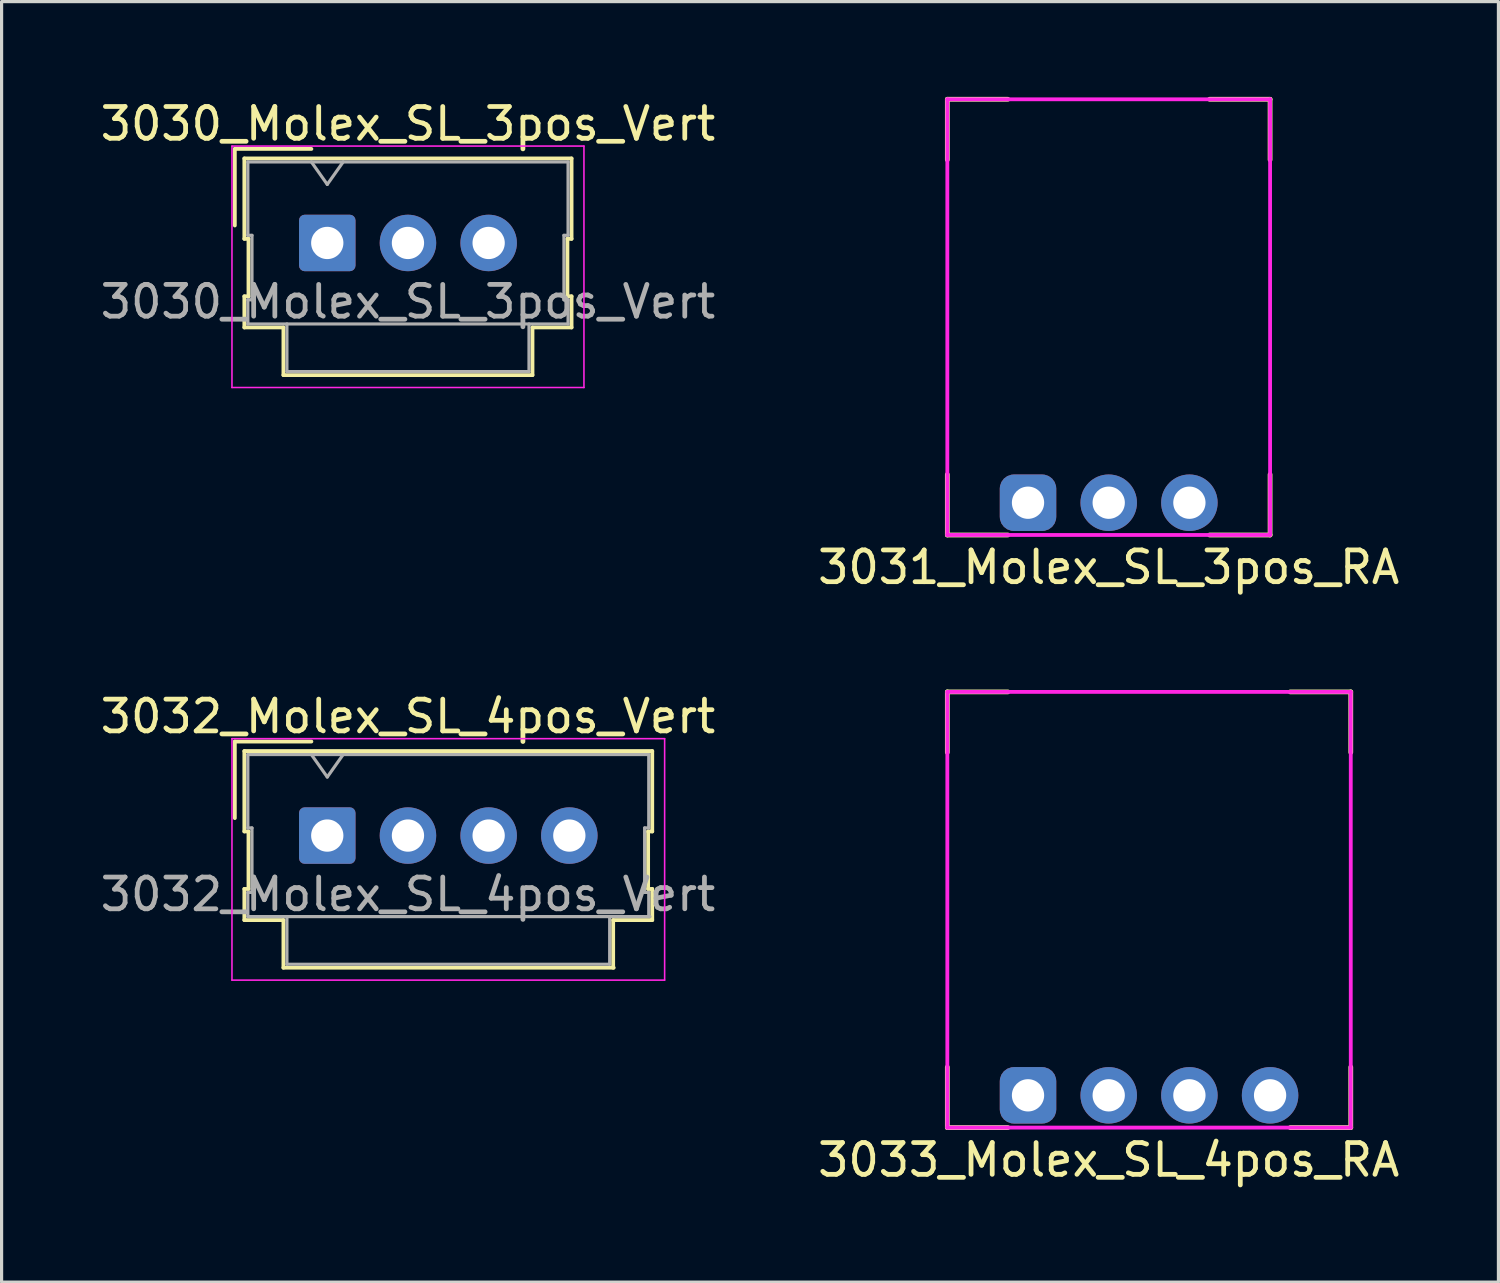
<source format=kicad_pcb>
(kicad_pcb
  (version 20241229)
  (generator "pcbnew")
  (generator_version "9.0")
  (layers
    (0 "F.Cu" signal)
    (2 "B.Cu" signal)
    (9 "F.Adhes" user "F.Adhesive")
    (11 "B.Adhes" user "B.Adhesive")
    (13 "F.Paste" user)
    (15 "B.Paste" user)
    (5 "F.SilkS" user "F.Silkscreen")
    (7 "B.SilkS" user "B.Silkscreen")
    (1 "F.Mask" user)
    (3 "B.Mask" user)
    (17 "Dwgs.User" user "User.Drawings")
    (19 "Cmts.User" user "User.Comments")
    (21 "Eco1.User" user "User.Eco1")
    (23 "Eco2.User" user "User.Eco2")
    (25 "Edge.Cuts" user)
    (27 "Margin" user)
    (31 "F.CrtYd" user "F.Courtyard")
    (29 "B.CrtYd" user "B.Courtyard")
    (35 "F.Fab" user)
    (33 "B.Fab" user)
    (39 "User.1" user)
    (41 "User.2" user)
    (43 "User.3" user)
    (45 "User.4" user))
  (footprint "3033_Molex_SL_4pos_RA"
    (layer "F.Cu")
    (at 31.851 31.43)
    (property "Reference" "3033_Molex_SL_4pos_RA" (at 0 2.032 0) (layer "F.SilkS") (effects (font (size 1 1) (thickness 0.15))))
    (attr through_hole)
    (fp_line (start -5.08 -12.7) (end -5.08 -10.795) (stroke (width 0.15) (type solid)) (layer "F.SilkS"))
    (fp_line (start -5.08 -12.7) (end -3.175 -12.7) (stroke (width 0.15) (type solid)) (layer "F.SilkS"))
    (fp_line (start -5.08 1.016) (end -5.08 -0.889) (stroke (width 0.15) (type solid)) (layer "F.SilkS"))
    (fp_line (start -5.08 1.016) (end -3.175 1.016) (stroke (width 0.15) (type solid)) (layer "F.SilkS"))
    (fp_line (start 7.62 -12.7) (end 5.715 -12.7) (stroke (width 0.15) (type solid)) (layer "F.SilkS"))
    (fp_line (start 7.62 -12.7) (end 7.62 -10.795) (stroke (width 0.15) (type solid)) (layer "F.SilkS"))
    (fp_line (start 7.62 1.016) (end 5.715 1.016) (stroke (width 0.15) (type solid)) (layer "F.SilkS"))
    (fp_line (start 7.62 1.016) (end 7.62 -0.889) (stroke (width 0.15) (type solid)) (layer "F.SilkS"))
    (fp_line (start -5.08 1.016) (end -5.08 -12.7) (stroke (width 0.12) (type solid)) (layer "F.CrtYd"))
    (fp_line (start 7.62 -12.7) (end -5.08 -12.7) (stroke (width 0.12) (type solid)) (layer "F.CrtYd"))
    (fp_line (start 7.62 1.016) (end -5.08 1.016) (stroke (width 0.12) (type solid)) (layer "F.CrtYd"))
    (fp_line (start 7.62 1.016) (end 7.62 -12.7) (stroke (width 0.12) (type solid)) (layer "F.CrtYd"))
    (pad "1" thru_hole roundrect (at -2.54 0) (size 1.778 1.778) (drill 1.016) (layers "*.Cu" "*.Mask") (roundrect_rratio 0.25))
    (pad "2" thru_hole circle (at 0 0) (size 1.778 1.778) (drill 1.016) (layers "*.Cu" "*.Mask"))
    (pad "3" thru_hole circle (at 2.54 0) (size 1.778 1.778) (drill 1.016) (layers "*.Cu" "*.Mask"))
    (pad "4" thru_hole circle (at 5.08 0) (size 1.778 1.778) (drill 1.016) (layers "*.Cu" "*.Mask")))
  (footprint "3030_Molex_SL_3pos_Vert"
    (layer "F.Cu")
    (at 7.252 4.598)
    (property "Reference" "3030_Molex_SL_3pos_Vert" (at 2.54 -3.75 0) (layer "F.SilkS") (effects (font (size 1 1) (thickness 0.15))))
    (attr through_hole)
    (fp_line (start -2.91 -2.96) (end -0.5 -2.96) (stroke (width 0.12) (type solid)) (layer "F.SilkS"))
    (fp_line (start -2.91 -0.55) (end -2.91 -2.96) (stroke (width 0.12) (type solid)) (layer "F.SilkS"))
    (fp_line (start -2.61 -2.66) (end -2.61 -0.13) (stroke (width 0.12) (type solid)) (layer "F.SilkS"))
    (fp_line (start -2.61 -0.13) (end -2.48 -0.13) (stroke (width 0.12) (type solid)) (layer "F.SilkS"))
    (fp_line (start -2.61 1.68) (end -2.61 2.66) (stroke (width 0.12) (type solid)) (layer "F.SilkS"))
    (fp_line (start -2.61 2.66) (end -1.38 2.66) (stroke (width 0.12) (type solid)) (layer "F.SilkS"))
    (fp_line (start -2.48 -0.13) (end -2.48 1.68) (stroke (width 0.12) (type solid)) (layer "F.SilkS"))
    (fp_line (start -2.48 1.68) (end -2.61 1.68) (stroke (width 0.12) (type solid)) (layer "F.SilkS"))
    (fp_line (start -1.38 2.66) (end -1.38 4.16) (stroke (width 0.12) (type solid)) (layer "F.SilkS"))
    (fp_line (start -1.38 4.16) (end 6.46 4.16) (stroke (width 0.12) (type solid)) (layer "F.SilkS"))
    (fp_line (start 6.46 2.66) (end 7.69 2.66) (stroke (width 0.12) (type solid)) (layer "F.SilkS"))
    (fp_line (start 6.46 4.16) (end 6.46 2.66) (stroke (width 0.12) (type solid)) (layer "F.SilkS"))
    (fp_line (start 7.56 -0.13) (end 7.69 -0.13) (stroke (width 0.12) (type solid)) (layer "F.SilkS"))
    (fp_line (start 7.56 1.68) (end 7.56 -0.13) (stroke (width 0.12) (type solid)) (layer "F.SilkS"))
    (fp_line (start 7.69 -2.66) (end -2.61 -2.66) (stroke (width 0.12) (type solid)) (layer "F.SilkS"))
    (fp_line (start 7.69 -0.13) (end 7.69 -2.66) (stroke (width 0.12) (type solid)) (layer "F.SilkS"))
    (fp_line (start 7.69 1.68) (end 7.56 1.68) (stroke (width 0.12) (type solid)) (layer "F.SilkS"))
    (fp_line (start 7.69 2.66) (end 7.69 1.68) (stroke (width 0.12) (type solid)) (layer "F.SilkS"))
    (fp_line (start -3 -3.05) (end -3 4.55) (stroke (width 0.05) (type solid)) (layer "F.CrtYd"))
    (fp_line (start -3 4.55) (end 8.08 4.55) (stroke (width 0.05) (type solid)) (layer "F.CrtYd"))
    (fp_line (start 8.08 -3.05) (end -3 -3.05) (stroke (width 0.05) (type solid)) (layer "F.CrtYd"))
    (fp_line (start 8.08 4.55) (end 8.08 -3.05) (stroke (width 0.05) (type solid)) (layer "F.CrtYd"))
    (fp_line (start -2.5 -2.55) (end -2.5 -0.24) (stroke (width 0.1) (type solid)) (layer "F.Fab"))
    (fp_line (start -2.5 -0.24) (end -2.37 -0.24) (stroke (width 0.1) (type solid)) (layer "F.Fab"))
    (fp_line (start -2.5 1.79) (end -2.5 2.55) (stroke (width 0.1) (type solid)) (layer "F.Fab"))
    (fp_line (start -2.5 2.55) (end 7.58 2.55) (stroke (width 0.1) (type solid)) (layer "F.Fab"))
    (fp_line (start -2.37 -0.24) (end -2.37 1.79) (stroke (width 0.1) (type solid)) (layer "F.Fab"))
    (fp_line (start -2.37 1.79) (end -2.5 1.79) (stroke (width 0.1) (type solid)) (layer "F.Fab"))
    (fp_line (start -1.27 2.55) (end -1.27 4.05) (stroke (width 0.1) (type solid)) (layer "F.Fab"))
    (fp_line (start -1.27 4.05) (end 6.35 4.05) (stroke (width 0.1) (type solid)) (layer "F.Fab"))
    (fp_line (start 0 -1.843) (end -0.5 -2.55) (stroke (width 0.1) (type solid)) (layer "F.Fab"))
    (fp_line (start 0.5 -2.55) (end 0 -1.843) (stroke (width 0.1) (type solid)) (layer "F.Fab"))
    (fp_line (start 6.35 4.05) (end 6.35 2.55) (stroke (width 0.1) (type solid)) (layer "F.Fab"))
    (fp_line (start 7.45 -0.24) (end 7.58 -0.24) (stroke (width 0.1) (type solid)) (layer "F.Fab"))
    (fp_line (start 7.45 1.79) (end 7.45 -0.24) (stroke (width 0.1) (type solid)) (layer "F.Fab"))
    (fp_line (start 7.58 -2.55) (end -2.5 -2.55) (stroke (width 0.1) (type solid)) (layer "F.Fab"))
    (fp_line (start 7.58 -0.24) (end 7.58 -2.55) (stroke (width 0.1) (type solid)) (layer "F.Fab"))
    (fp_line (start 7.58 1.79) (end 7.45 1.79) (stroke (width 0.1) (type solid)) (layer "F.Fab"))
    (fp_line (start 7.58 2.55) (end 7.58 1.79) (stroke (width 0.1) (type solid)) (layer "F.Fab"))
    (fp_text user "${REFERENCE}" (at 2.54 1.85 0) (layer "F.Fab") (effects (font (size 1 1) (thickness 0.15))))
    (pad "1" thru_hole roundrect (at 0 0) (size 1.778 1.778) (drill 1.016) (layers "*.Cu" "*.Mask") (roundrect_rratio 0.1))
    (pad "2" thru_hole circle (at 2.54 0) (size 1.778 1.778) (drill 1.016) (layers "*.Cu" "*.Mask"))
    (pad "3" thru_hole circle (at 5.08 0) (size 1.778 1.778) (drill 1.016) (layers "*.Cu" "*.Mask")))
  (footprint "3031_Molex_SL_3pos_RA"
    (layer "F.Cu")
    (at 31.851 12.775)
    (property "Reference" "3031_Molex_SL_3pos_RA" (at 0 2.032 0) (layer "F.SilkS") (effects (font (size 1 1) (thickness 0.15))))
    (attr through_hole)
    (fp_line (start -5.08 -12.7) (end -5.08 -10.795) (stroke (width 0.15) (type solid)) (layer "F.SilkS"))
    (fp_line (start -5.08 -12.7) (end -3.175 -12.7) (stroke (width 0.15) (type solid)) (layer "F.SilkS"))
    (fp_line (start -5.08 1.016) (end -5.08 -0.889) (stroke (width 0.15) (type solid)) (layer "F.SilkS"))
    (fp_line (start -5.08 1.016) (end -3.175 1.016) (stroke (width 0.15) (type solid)) (layer "F.SilkS"))
    (fp_line (start 5.08 -12.7) (end 3.175 -12.7) (stroke (width 0.15) (type solid)) (layer "F.SilkS"))
    (fp_line (start 5.08 -12.7) (end 5.08 -10.795) (stroke (width 0.15) (type solid)) (layer "F.SilkS"))
    (fp_line (start 5.08 1.016) (end 3.175 1.016) (stroke (width 0.15) (type solid)) (layer "F.SilkS"))
    (fp_line (start 5.08 1.016) (end 5.08 -0.889) (stroke (width 0.15) (type solid)) (layer "F.SilkS"))
    (fp_line (start -5.08 1.016) (end -5.08 -12.7) (stroke (width 0.12) (type solid)) (layer "F.CrtYd"))
    (fp_line (start 5.08 -12.7) (end -5.08 -12.7) (stroke (width 0.12) (type solid)) (layer "F.CrtYd"))
    (fp_line (start 5.08 1.016) (end -5.08 1.016) (stroke (width 0.12) (type solid)) (layer "F.CrtYd"))
    (fp_line (start 5.08 1.016) (end 5.08 -12.7) (stroke (width 0.12) (type solid)) (layer "F.CrtYd"))
    (pad "1" thru_hole roundrect (at -2.54 0) (size 1.778 1.778) (drill 1.016) (layers "*.Cu" "*.Mask") (roundrect_rratio 0.25))
    (pad "2" thru_hole circle (at 0 0) (size 1.778 1.778) (drill 1.016) (layers "*.Cu" "*.Mask"))
    (pad "3" thru_hole circle (at 2.54 0) (size 1.778 1.778) (drill 1.016) (layers "*.Cu" "*.Mask")))
  (footprint "3032_Molex_SL_4pos_Vert"
    (layer "F.Cu")
    (at 7.252 23.253)
    (property "Reference" "3032_Molex_SL_4pos_Vert" (at 2.54 -3.75 0) (layer "F.SilkS") (effects (font (size 1 1) (thickness 0.15))))
    (attr through_hole)
    (fp_line (start -2.91 -2.96) (end -0.5 -2.96) (stroke (width 0.12) (type solid)) (layer "F.SilkS"))
    (fp_line (start -2.91 -0.55) (end -2.91 -2.96) (stroke (width 0.12) (type solid)) (layer "F.SilkS"))
    (fp_line (start -2.61 -2.66) (end -2.61 -0.13) (stroke (width 0.12) (type solid)) (layer "F.SilkS"))
    (fp_line (start -2.61 -0.13) (end -2.48 -0.13) (stroke (width 0.12) (type solid)) (layer "F.SilkS"))
    (fp_line (start -2.61 1.68) (end -2.61 2.66) (stroke (width 0.12) (type solid)) (layer "F.SilkS"))
    (fp_line (start -2.61 2.66) (end -1.38 2.66) (stroke (width 0.12) (type solid)) (layer "F.SilkS"))
    (fp_line (start -2.48 -0.13) (end -2.48 1.68) (stroke (width 0.12) (type solid)) (layer "F.SilkS"))
    (fp_line (start -2.48 1.68) (end -2.61 1.68) (stroke (width 0.12) (type solid)) (layer "F.SilkS"))
    (fp_line (start -1.38 2.66) (end -1.38 4.16) (stroke (width 0.12) (type solid)) (layer "F.SilkS"))
    (fp_line (start -1.38 4.16) (end 9.017 4.16) (stroke (width 0.12) (type solid)) (layer "F.SilkS"))
    (fp_line (start 9 2.66) (end 10.23 2.66) (stroke (width 0.12) (type solid)) (layer "F.SilkS"))
    (fp_line (start 9 4.16) (end 9 2.66) (stroke (width 0.12) (type solid)) (layer "F.SilkS"))
    (fp_line (start 10.1 -0.13) (end 10.23 -0.13) (stroke (width 0.12) (type solid)) (layer "F.SilkS"))
    (fp_line (start 10.1 1.68) (end 10.1 -0.13) (stroke (width 0.12) (type solid)) (layer "F.SilkS"))
    (fp_line (start 10.23 -2.66) (end -2.61 -2.66) (stroke (width 0.12) (type solid)) (layer "F.SilkS"))
    (fp_line (start 10.23 -0.13) (end 10.23 -2.66) (stroke (width 0.12) (type solid)) (layer "F.SilkS"))
    (fp_line (start 10.23 1.68) (end 10.1 1.68) (stroke (width 0.12) (type solid)) (layer "F.SilkS"))
    (fp_line (start 10.23 2.66) (end 10.23 1.68) (stroke (width 0.12) (type solid)) (layer "F.SilkS"))
    (fp_line (start -3 -3.05) (end -3 4.55) (stroke (width 0.05) (type solid)) (layer "F.CrtYd"))
    (fp_line (start -3 4.55) (end 10.62 4.55) (stroke (width 0.05) (type solid)) (layer "F.CrtYd"))
    (fp_line (start 10.62 -3.05) (end -3 -3.05) (stroke (width 0.05) (type solid)) (layer "F.CrtYd"))
    (fp_line (start 10.62 4.55) (end 10.62 -3.05) (stroke (width 0.05) (type solid)) (layer "F.CrtYd"))
    (fp_line (start -2.5 -2.55) (end -2.5 -0.24) (stroke (width 0.1) (type solid)) (layer "F.Fab"))
    (fp_line (start -2.5 -0.24) (end -2.37 -0.24) (stroke (width 0.1) (type solid)) (layer "F.Fab"))
    (fp_line (start -2.5 1.79) (end -2.5 2.55) (stroke (width 0.1) (type solid)) (layer "F.Fab"))
    (fp_line (start -2.5 2.55) (end 10.16 2.55) (stroke (width 0.1) (type solid)) (layer "F.Fab"))
    (fp_line (start -2.37 -0.24) (end -2.37 1.79) (stroke (width 0.1) (type solid)) (layer "F.Fab"))
    (fp_line (start -2.37 1.79) (end -2.5 1.79) (stroke (width 0.1) (type solid)) (layer "F.Fab"))
    (fp_line (start -1.27 2.55) (end -1.27 4.05) (stroke (width 0.1) (type solid)) (layer "F.Fab"))
    (fp_line (start -1.27 4.05) (end 8.89 4.05) (stroke (width 0.1) (type solid)) (layer "F.Fab"))
    (fp_line (start 0 -1.843) (end -0.5 -2.55) (stroke (width 0.1) (type solid)) (layer "F.Fab"))
    (fp_line (start 0.5 -2.55) (end 0 -1.843) (stroke (width 0.1) (type solid)) (layer "F.Fab"))
    (fp_line (start 8.89 4.05) (end 8.89 2.55) (stroke (width 0.1) (type solid)) (layer "F.Fab"))
    (fp_line (start 9.99 -0.24) (end 10.12 -0.24) (stroke (width 0.1) (type solid)) (layer "F.Fab"))
    (fp_line (start 9.99 1.79) (end 9.99 -0.24) (stroke (width 0.1) (type solid)) (layer "F.Fab"))
    (fp_line (start 10.12 -2.55) (end -2.5 -2.55) (stroke (width 0.1) (type solid)) (layer "F.Fab"))
    (fp_line (start 10.12 -0.24) (end 10.12 -2.55) (stroke (width 0.1) (type solid)) (layer "F.Fab"))
    (fp_line (start 10.12 1.79) (end 9.99 1.79) (stroke (width 0.1) (type solid)) (layer "F.Fab"))
    (fp_line (start 10.12 2.55) (end 10.12 1.79) (stroke (width 0.1) (type solid)) (layer "F.Fab"))
    (fp_text user "${REFERENCE}" (at 2.54 1.85 0) (layer "F.Fab") (effects (font (size 1 1) (thickness 0.15))))
    (pad "1" thru_hole roundrect (at 0 0) (size 1.778 1.778) (drill 1.016) (layers "*.Cu" "*.Mask") (roundrect_rratio 0.1))
    (pad "2" thru_hole circle (at 2.54 0) (size 1.778 1.778) (drill 1.016) (layers "*.Cu" "*.Mask"))
    (pad "3" thru_hole circle (at 5.08 0) (size 1.778 1.778) (drill 1.016) (layers "*.Cu" "*.Mask"))
    (pad "4" thru_hole circle (at 7.62 0) (size 1.778 1.778) (drill 1.016) (layers "*.Cu" "*.Mask")))
  (gr_rect
    (start -3 -3)
    (end 44.119 37.31)
    (stroke (width 0.1) (type default))
    (fill no)
    (layer "Edge.Cuts")))
</source>
